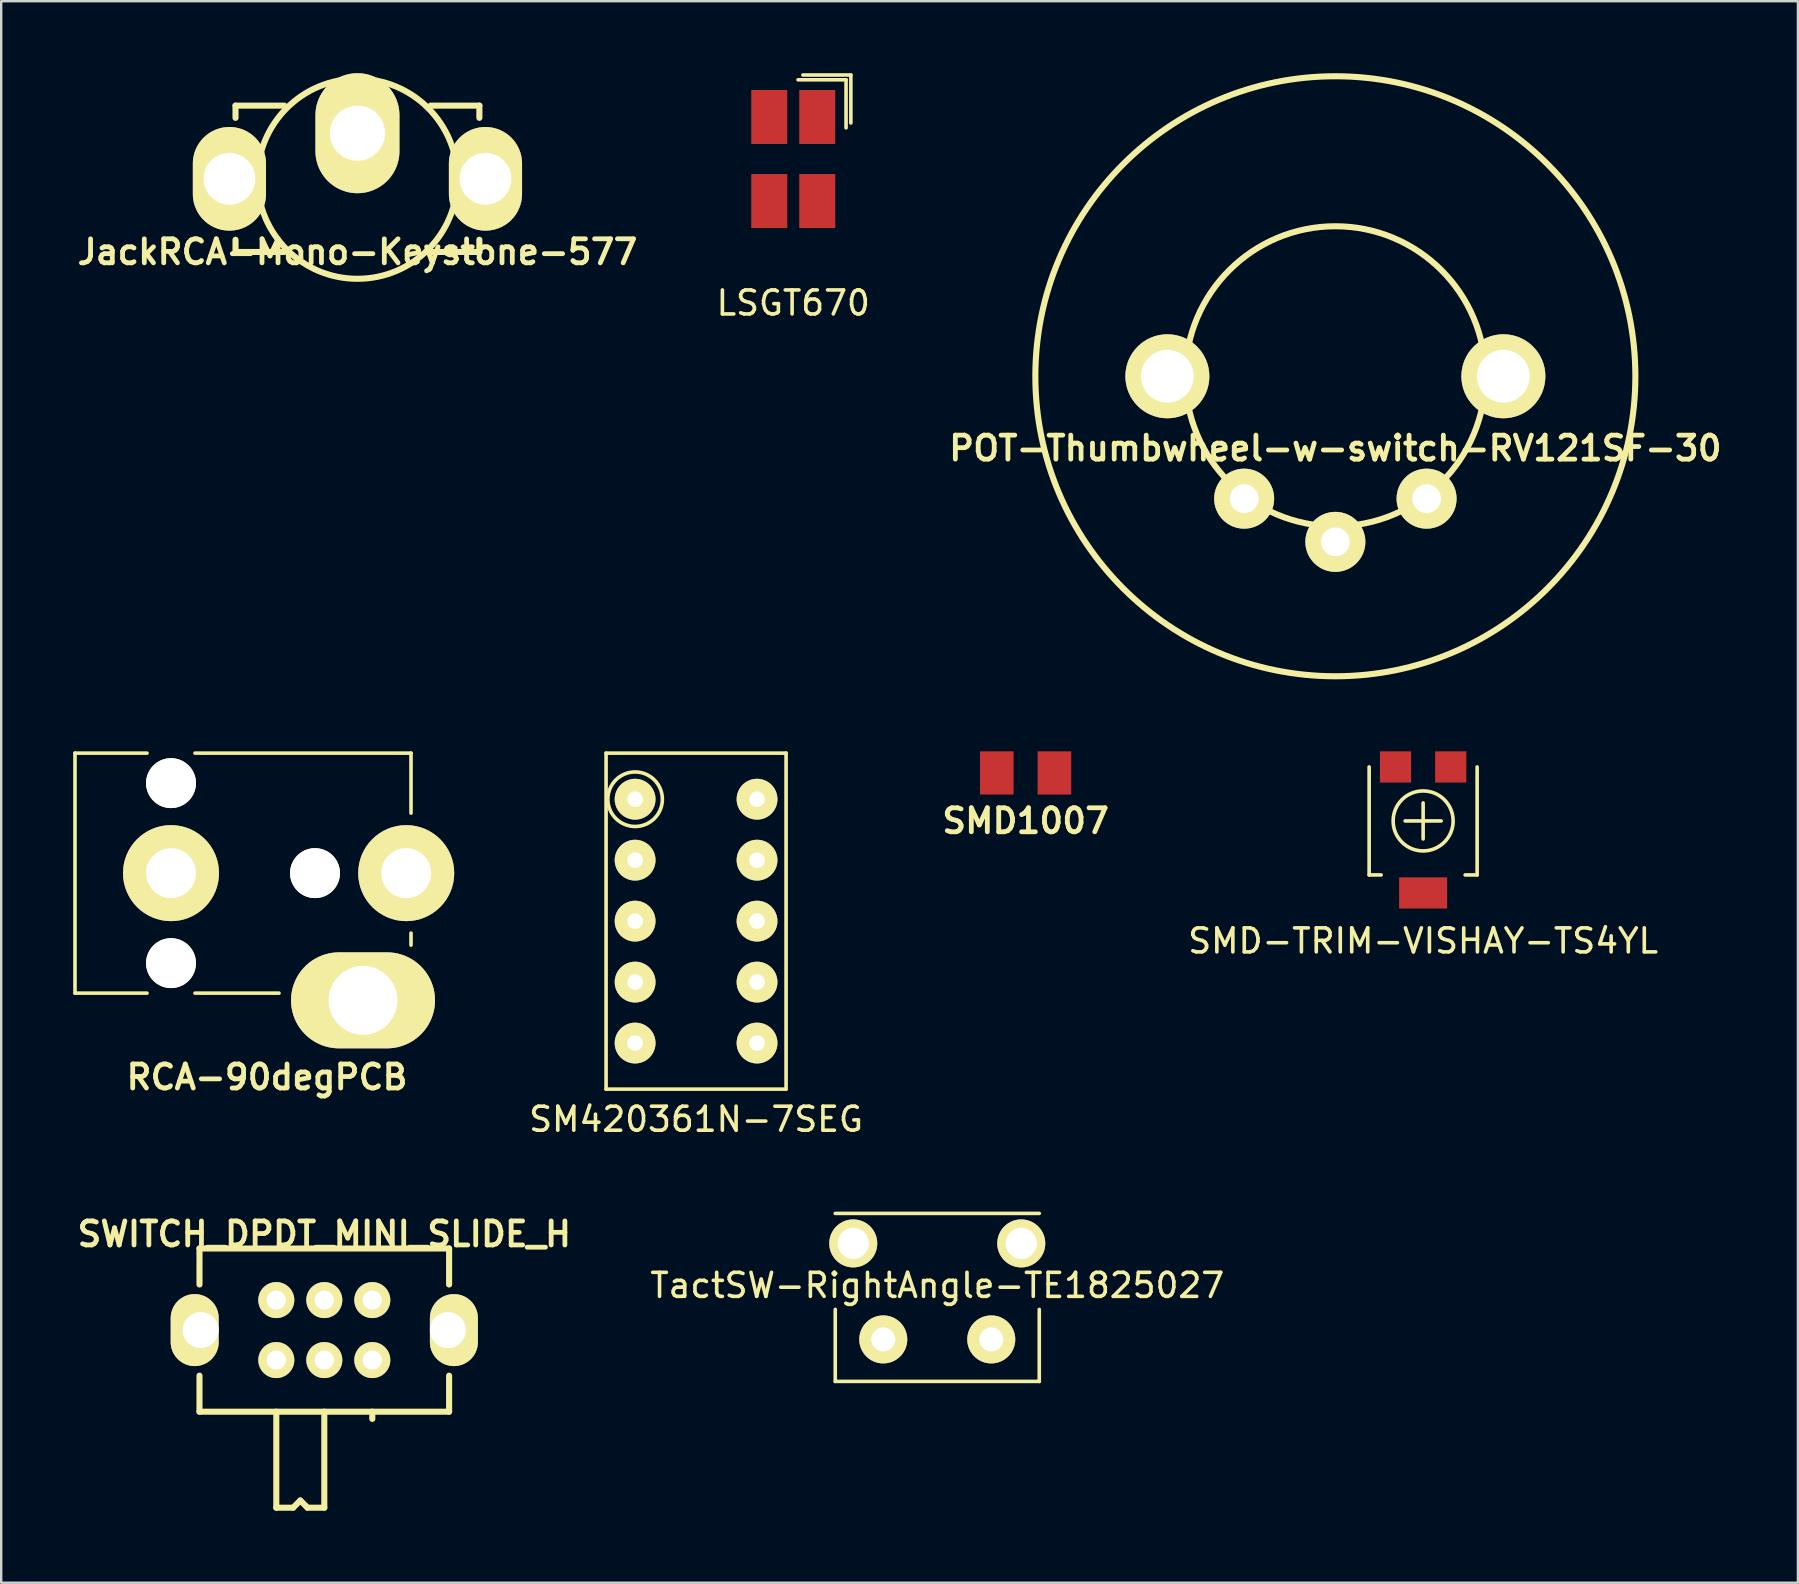
<source format=kicad_pcb>
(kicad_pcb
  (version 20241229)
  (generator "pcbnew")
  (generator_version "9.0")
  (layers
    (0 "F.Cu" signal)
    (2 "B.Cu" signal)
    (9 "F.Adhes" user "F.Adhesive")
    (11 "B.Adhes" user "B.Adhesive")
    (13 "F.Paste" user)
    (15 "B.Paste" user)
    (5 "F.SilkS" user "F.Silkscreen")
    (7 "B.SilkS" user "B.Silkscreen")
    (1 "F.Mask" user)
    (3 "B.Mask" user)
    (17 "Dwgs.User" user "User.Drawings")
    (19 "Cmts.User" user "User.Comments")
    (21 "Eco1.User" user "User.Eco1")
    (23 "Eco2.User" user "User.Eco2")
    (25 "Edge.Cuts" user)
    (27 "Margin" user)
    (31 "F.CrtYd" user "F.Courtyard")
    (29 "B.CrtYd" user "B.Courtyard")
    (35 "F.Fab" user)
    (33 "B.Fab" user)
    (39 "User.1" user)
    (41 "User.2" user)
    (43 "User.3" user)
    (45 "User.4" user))
  (footprint "POT-Thumbwheel-w-switch-RV121SF-30"
    (layer "F.Cu")
    (at 52.588 12.627)
    (property "Reference" "POT-Thumbwheel-w-switch-RV121SF-30" (at 0 3 0) (layer "F.SilkS") (effects (font (size 1 1) (thickness 0.2))))
    (attr through_hole)
    (fp_circle (center 0 0) (end 6.25 0) (stroke (width 0.254) (type solid)) (fill no) (layer "F.SilkS"))
    (fp_circle (center 0 0) (end 12.5 0) (stroke (width 0.254) (type solid)) (fill no) (layer "F.SilkS"))
    (pad "1" thru_hole circle (at -3.8 5.1) (size 2.5 2.5) (drill 1.2) (layers "*.Cu" "*.Mask" "F.SilkS"))
    (pad "2" thru_hole circle (at 0 6.9) (size 2.5 2.5) (drill 1.2) (layers "*.Cu" "*.Mask" "F.SilkS"))
    (pad "3" thru_hole circle (at 3.8 5.1) (size 2.5 2.5) (drill 1.2) (layers "*.Cu" "*.Mask" "F.SilkS"))
    (pad "4" thru_hole circle (at -7 0) (size 3.5 3.5) (drill 2.2) (layers "*.Cu" "*.Mask" "F.SilkS"))
    (pad "5" thru_hole circle (at 7 0) (size 3.5 3.5) (drill 2.2) (layers "*.Cu" "*.Mask" "F.SilkS")))
  (footprint "SMD-TRIM-VISHAY-TS4YL"
    (layer "F.Cu")
    (at 56.245 31.154)
    (property "Reference" "SMD-TRIM-VISHAY-TS4YL" (at 0 5 0) (layer "F.SilkS") (effects (font (size 1 1) (thickness 0.15))))
    (attr through_hole)
    (fp_line (start -2.25 2.25) (end -2.25 -2.25) (stroke (width 0.15) (type solid)) (layer "F.SilkS"))
    (fp_line (start -1.75 2.25) (end -2.25 2.25) (stroke (width 0.15) (type solid)) (layer "F.SilkS"))
    (fp_line (start 0 -0.75) (end 0 0.75) (stroke (width 0.15) (type solid)) (layer "F.SilkS"))
    (fp_line (start 0.75 0) (end -0.75 0) (stroke (width 0.15) (type solid)) (layer "F.SilkS"))
    (fp_line (start 2.25 -2.25) (end 2.25 2.25) (stroke (width 0.15) (type solid)) (layer "F.SilkS"))
    (fp_line (start 2.25 2.25) (end 1.75 2.25) (stroke (width 0.15) (type solid)) (layer "F.SilkS"))
    (fp_circle (center 0 0) (end 1.25 0) (stroke (width 0.15) (type solid)) (fill no) (layer "F.SilkS"))
    (pad "1" smd rect (at -1.15 -2.25) (size 1.3 1.3) (layers "F.Cu" "F.Mask" "F.Paste"))
    (pad "2" smd rect (at 0 3) (size 2 1.3) (layers "F.Cu" "F.Mask" "F.Paste"))
    (pad "3" smd rect (at 1.15 -2.25) (size 1.3 1.3) (layers "F.Cu" "F.Mask" "F.Paste")))
  (footprint "SWITCH_DPDT_MINI_SLIDE_H"
    (layer "F.Cu")
    (at 10.462 52.368)
    (property "Reference" "SWITCH_DPDT_MINI_SLIDE_H" (at 0 -4 0) (layer "F.SilkS") (effects (font (size 1 1) (thickness 0.2))))
    (attr through_hole)
    (fp_line (start -5.2 -3.4) (end -5.2 -1.9) (stroke (width 0.254) (type solid)) (layer "F.SilkS"))
    (fp_line (start -5.2 3.4) (end -5.2 1.9) (stroke (width 0.254) (type solid)) (layer "F.SilkS"))
    (fp_line (start -2 3.4) (end -2 7.4) (stroke (width 0.254) (type solid)) (layer "F.SilkS"))
    (fp_line (start -1.3 7.4) (end -2 7.4) (stroke (width 0.254) (type solid)) (layer "F.SilkS"))
    (fp_line (start -1 7.1) (end -1.3 7.4) (stroke (width 0.254) (type solid)) (layer "F.SilkS"))
    (fp_line (start -1 7.1) (end -0.7 7.4) (stroke (width 0.254) (type solid)) (layer "F.SilkS"))
    (fp_line (start -0.7 7.4) (end 0 7.4) (stroke (width 0.254) (type solid)) (layer "F.SilkS"))
    (fp_line (start 0 7.4) (end 0 3.4) (stroke (width 0.254) (type solid)) (layer "F.SilkS"))
    (fp_line (start 2 3.4) (end 2 3.7) (stroke (width 0.254) (type solid)) (layer "F.SilkS"))
    (fp_line (start 5.2 -3.4) (end -5.2 -3.4) (stroke (width 0.254) (type solid)) (layer "F.SilkS"))
    (fp_line (start 5.2 -3.4) (end 5.2 -1.9) (stroke (width 0.254) (type solid)) (layer "F.SilkS"))
    (fp_line (start 5.2 1.9) (end 5.2 3.4) (stroke (width 0.254) (type solid)) (layer "F.SilkS"))
    (fp_line (start 5.2 3.4) (end -5.2 3.4) (stroke (width 0.254) (type solid)) (layer "F.SilkS"))
    (pad "" thru_hole oval (at -5.15 0) (size 2 3) (drill 1.5 (offset -0.25 0)) (layers "*.Cu" "*.Mask" "F.SilkS"))
    (pad "" thru_hole oval (at 5.15 0) (size 2 3) (drill 1.5 (offset 0.25 0)) (layers "*.Cu" "*.Mask" "F.SilkS"))
    (pad "1" thru_hole circle (at -2 -1.25) (size 1.5 1.5) (drill 0.8) (layers "*.Cu" "*.Mask" "F.SilkS"))
    (pad "2" thru_hole circle (at 0 -1.25) (size 1.5 1.5) (drill 0.8) (layers "*.Cu" "*.Mask" "F.SilkS"))
    (pad "3" thru_hole circle (at 2 -1.25) (size 1.5 1.5) (drill 0.8) (layers "*.Cu" "*.Mask" "F.SilkS"))
    (pad "4" thru_hole circle (at 2 1.25) (size 1.5 1.5) (drill 0.8) (layers "*.Cu" "*.Mask" "F.SilkS"))
    (pad "5" thru_hole circle (at 0 1.25) (size 1.5 1.5) (drill 0.8) (layers "*.Cu" "*.Mask" "F.SilkS"))
    (pad "6" thru_hole circle (at -2 1.25) (size 1.5 1.5) (drill 0.8) (layers "*.Cu" "*.Mask" "F.SilkS")))
  (footprint "LSGT670"
    (layer "F.Cu")
    (at 30.001 3.575)
    (property "Reference" "LSGT670" (at 0 6 0) (layer "F.SilkS") (effects (font (size 1 1) (thickness 0.15))))
    (attr through_hole)
    (fp_line (start 0.2 -3.3) (end 2.2 -3.3) (stroke (width 0.15) (type solid)) (layer "F.SilkS"))
    (fp_line (start 2.2 -1.3) (end 2.2 -3.3) (stroke (width 0.15) (type solid)) (layer "F.SilkS"))
    (fp_line (start 2.4 -3.5) (end 0.4 -3.5) (stroke (width 0.15) (type solid)) (layer "F.SilkS"))
    (fp_line (start 2.4 -1.5) (end 2.4 -3.5) (stroke (width 0.15) (type solid)) (layer "F.SilkS"))
    (pad "1" smd rect (at 1 -1.75) (size 1.5 2.25) (layers "F.Cu" "F.Mask" "F.Paste"))
    (pad "2" smd rect (at 1 1.75) (size 1.5 2.25) (layers "F.Cu" "F.Mask" "F.Paste"))
    (pad "3" smd rect (at -1 1.75) (size 1.5 2.25) (layers "F.Cu" "F.Mask" "F.Paste"))
    (pad "4" smd rect (at -1 -1.75) (size 1.5 2.25) (layers "F.Cu" "F.Mask" "F.Paste")))
  (footprint "TactSW-RightAngle-TE1825027"
    (layer "F.Cu")
    (at 36.001 51.507)
    (property "Reference" "TactSW-RightAngle-TE1825027" (at 0 -1 0) (layer "F.SilkS") (effects (font (size 1 1) (thickness 0.15))))
    (attr through_hole)
    (fp_line (start -4.25 -4) (end 4.25 -4) (stroke (width 0.15) (type solid)) (layer "F.SilkS"))
    (fp_line (start -4.25 3) (end -4.25 0) (stroke (width 0.15) (type solid)) (layer "F.SilkS"))
    (fp_line (start 4.25 3) (end -4.25 3) (stroke (width 0.15) (type solid)) (layer "F.SilkS"))
    (fp_line (start 4.25 3) (end 4.25 0) (stroke (width 0.15) (type solid)) (layer "F.SilkS"))
    (pad "" np_thru_hole circle (at -3.5 -2.75) (size 2 2) (drill 1.3) (layers "*.Cu" "*.Mask" "F.SilkS"))
    (pad "" np_thru_hole circle (at 3.5 -2.75) (size 2 2) (drill 1.3) (layers "*.Cu" "*.Mask" "F.SilkS"))
    (pad "1" thru_hole circle (at -2.25 1.25) (size 2 2) (drill 1) (layers "*.Cu" "*.Mask" "F.SilkS"))
    (pad "2" thru_hole circle (at 2.25 1.25) (size 2 2) (drill 1) (layers "*.Cu" "*.Mask" "F.SilkS")))
  (footprint "JackRCA-Mono-Keystone-577"
    (layer "F.Cu")
    (at 11.843 4.4)
    (property "Reference" "JackRCA-Mono-Keystone-577" (at 0 3.048 0) (layer "F.SilkS") (effects (font (size 1 1) (thickness 0.2))))
    (attr through_hole)
    (fp_line (start -5.08 -3.048) (end -3.048 -3.048) (stroke (width 0.254) (type solid)) (layer "F.SilkS"))
    (fp_line (start -5.08 -2.54) (end -5.08 -3.048) (stroke (width 0.254) (type solid)) (layer "F.SilkS"))
    (fp_line (start -5.08 3.048) (end -5.08 2.54) (stroke (width 0.254) (type solid)) (layer "F.SilkS"))
    (fp_line (start -3.048 3.048) (end -5.08 3.048) (stroke (width 0.254) (type solid)) (layer "F.SilkS"))
    (fp_line (start 3.048 -3.048) (end 5.08 -3.048) (stroke (width 0.254) (type solid)) (layer "F.SilkS"))
    (fp_line (start 5.08 -3.048) (end 5.08 -2.54) (stroke (width 0.254) (type solid)) (layer "F.SilkS"))
    (fp_line (start 5.08 2.54) (end 5.08 3.048) (stroke (width 0.254) (type solid)) (layer "F.SilkS"))
    (fp_line (start 5.08 3.048) (end 3.048 3.048) (stroke (width 0.254) (type solid)) (layer "F.SilkS"))
    (fp_circle (center 0 0) (end 4.166 0) (stroke (width 0.254) (type solid)) (fill no) (layer "F.SilkS"))
    (pad "1" thru_hole oval (at 0 -1.9) (size 3.5 5) (drill 2.3) (layers "*.Cu" "*.Mask" "F.SilkS"))
    (pad "2" thru_hole oval (at -5.334 0) (size 3.048 4.318) (drill 2.159) (layers "*.Cu" "*.Mask" "F.SilkS"))
    (pad "2" thru_hole oval (at 5.334 0) (size 3.048 4.318) (drill 2.159) (layers "*.Cu" "*.Mask" "F.SilkS")))
  (footprint "SMD1007"
    (layer "F.Cu")
    (at 39.682 29.154)
    (property "Reference" "SMD1007" (at 0 2 0) (layer "F.SilkS") (effects (font (size 1 1) (thickness 0.2))))
    (attr through_hole)
    (pad "1" smd rect (at -1.2 0) (size 1.4 1.8) (layers "F.Cu" "F.Mask" "F.Paste"))
    (pad "2" smd rect (at 1.2 0) (size 1.4 1.8) (layers "F.Cu" "F.Mask" "F.Paste")))
  (footprint "SM420361N-7SEG"
    (layer "F.Cu")
    (at 25.952 35.329)
    (property "Reference" "SM420361N-7SEG" (at 0 8.255 0) (layer "F.SilkS") (effects (font (size 1 1) (thickness 0.15))))
    (attr through_hole)
    (fp_line (start -3.75 -7) (end 3.75 -7) (stroke (width 0.15) (type solid)) (layer "F.SilkS"))
    (fp_line (start -3.75 7) (end -3.75 -7) (stroke (width 0.15) (type solid)) (layer "F.SilkS"))
    (fp_line (start 3.75 -7) (end 3.75 7) (stroke (width 0.15) (type solid)) (layer "F.SilkS"))
    (fp_line (start 3.75 7) (end -3.75 7) (stroke (width 0.15) (type solid)) (layer "F.SilkS"))
    (fp_circle (center -2.54 -5.08) (end -1.524 -5.588) (stroke (width 0.15) (type solid)) (fill no) (layer "F.SilkS"))
    (pad "1" thru_hole circle (at -2.54 -5.08) (size 1.7 1.7) (drill 0.65) (layers "*.Cu" "*.Mask" "F.SilkS"))
    (pad "2" thru_hole circle (at -2.54 -2.54) (size 1.7 1.7) (drill 0.65) (layers "*.Cu" "*.Mask" "F.SilkS"))
    (pad "3" thru_hole circle (at -2.54 0) (size 1.7 1.7) (drill 0.65) (layers "*.Cu" "*.Mask" "F.SilkS"))
    (pad "4" thru_hole circle (at -2.54 2.54) (size 1.7 1.7) (drill 0.65) (layers "*.Cu" "*.Mask" "F.SilkS"))
    (pad "5" thru_hole circle (at -2.54 5.08) (size 1.7 1.7) (drill 0.65) (layers "*.Cu" "*.Mask" "F.SilkS"))
    (pad "6" thru_hole circle (at 2.54 5.08) (size 1.7 1.7) (drill 0.65) (layers "*.Cu" "*.Mask" "F.SilkS"))
    (pad "7" thru_hole circle (at 2.54 2.54) (size 1.7 1.7) (drill 0.65) (layers "*.Cu" "*.Mask" "F.SilkS"))
    (pad "8" thru_hole circle (at 2.54 0) (size 1.7 1.7) (drill 0.65) (layers "*.Cu" "*.Mask" "F.SilkS"))
    (pad "9" thru_hole circle (at 2.54 -2.54) (size 1.7 1.7) (drill 0.65) (layers "*.Cu" "*.Mask" "F.SilkS"))
    (pad "10" thru_hole circle (at 2.54 -5.08) (size 1.7 1.7) (drill 0.65) (layers "*.Cu" "*.Mask" "F.SilkS")))
  (footprint "RCA-90degPCB"
    (layer "F.Cu")
    (at 8.075 33.329)
    (property "Reference" "RCA-90degPCB" (at 0 8.5 0) (layer "F.SilkS") (effects (font (size 1 1) (thickness 0.2))))
    (attr through_hole)
    (fp_line (start -8 -5) (end -8 5) (stroke (width 0.15) (type solid)) (layer "F.SilkS"))
    (fp_line (start -8 -5) (end -5 -5) (stroke (width 0.15) (type solid)) (layer "F.SilkS"))
    (fp_line (start -8 5) (end -5 5) (stroke (width 0.15) (type solid)) (layer "F.SilkS"))
    (fp_line (start -3 -5) (end 6 -5) (stroke (width 0.15) (type solid)) (layer "F.SilkS"))
    (fp_line (start -3 5) (end 0.5 5) (stroke (width 0.15) (type solid)) (layer "F.SilkS"))
    (fp_line (start 6 -5) (end 6 -2.5) (stroke (width 0.15) (type solid)) (layer "F.SilkS"))
    (fp_line (start 6 2.5) (end 6 3) (stroke (width 0.15) (type solid)) (layer "F.SilkS"))
    (pad "" np_thru_hole circle (at -4 -3.75) (size 2.08 2.08) (drill 2.08) (layers "*.Cu" "*.Mask" "F.SilkS"))
    (pad "" np_thru_hole circle (at -4 3.75) (size 2.08 2.08) (drill 2.08) (layers "*.Cu" "*.Mask" "F.SilkS"))
    (pad "" np_thru_hole circle (at 2 0) (size 2.08 2.08) (drill 2.08) (layers "*.Cu" "*.Mask" "F.SilkS"))
    (pad "S" thru_hole circle (at -4 0) (size 4 4) (drill 2.08) (layers "*.Cu" "*.Mask" "F.SilkS"))
    (pad "T" thru_hole circle (at 5.8 0) (size 4 4) (drill 2.08) (layers "*.Cu" "*.Mask" "F.SilkS"))
    (pad "TSW" thru_hole oval (at 4 5.3) (size 6 4) (drill 2.87) (layers "*.Cu" "*.Mask" "F.SilkS")))
  (gr_rect
    (start -3 -3)
    (end 71.86 62.895)
    (stroke (width 0.1) (type default))
    (fill no)
    (layer "Edge.Cuts")))
</source>
